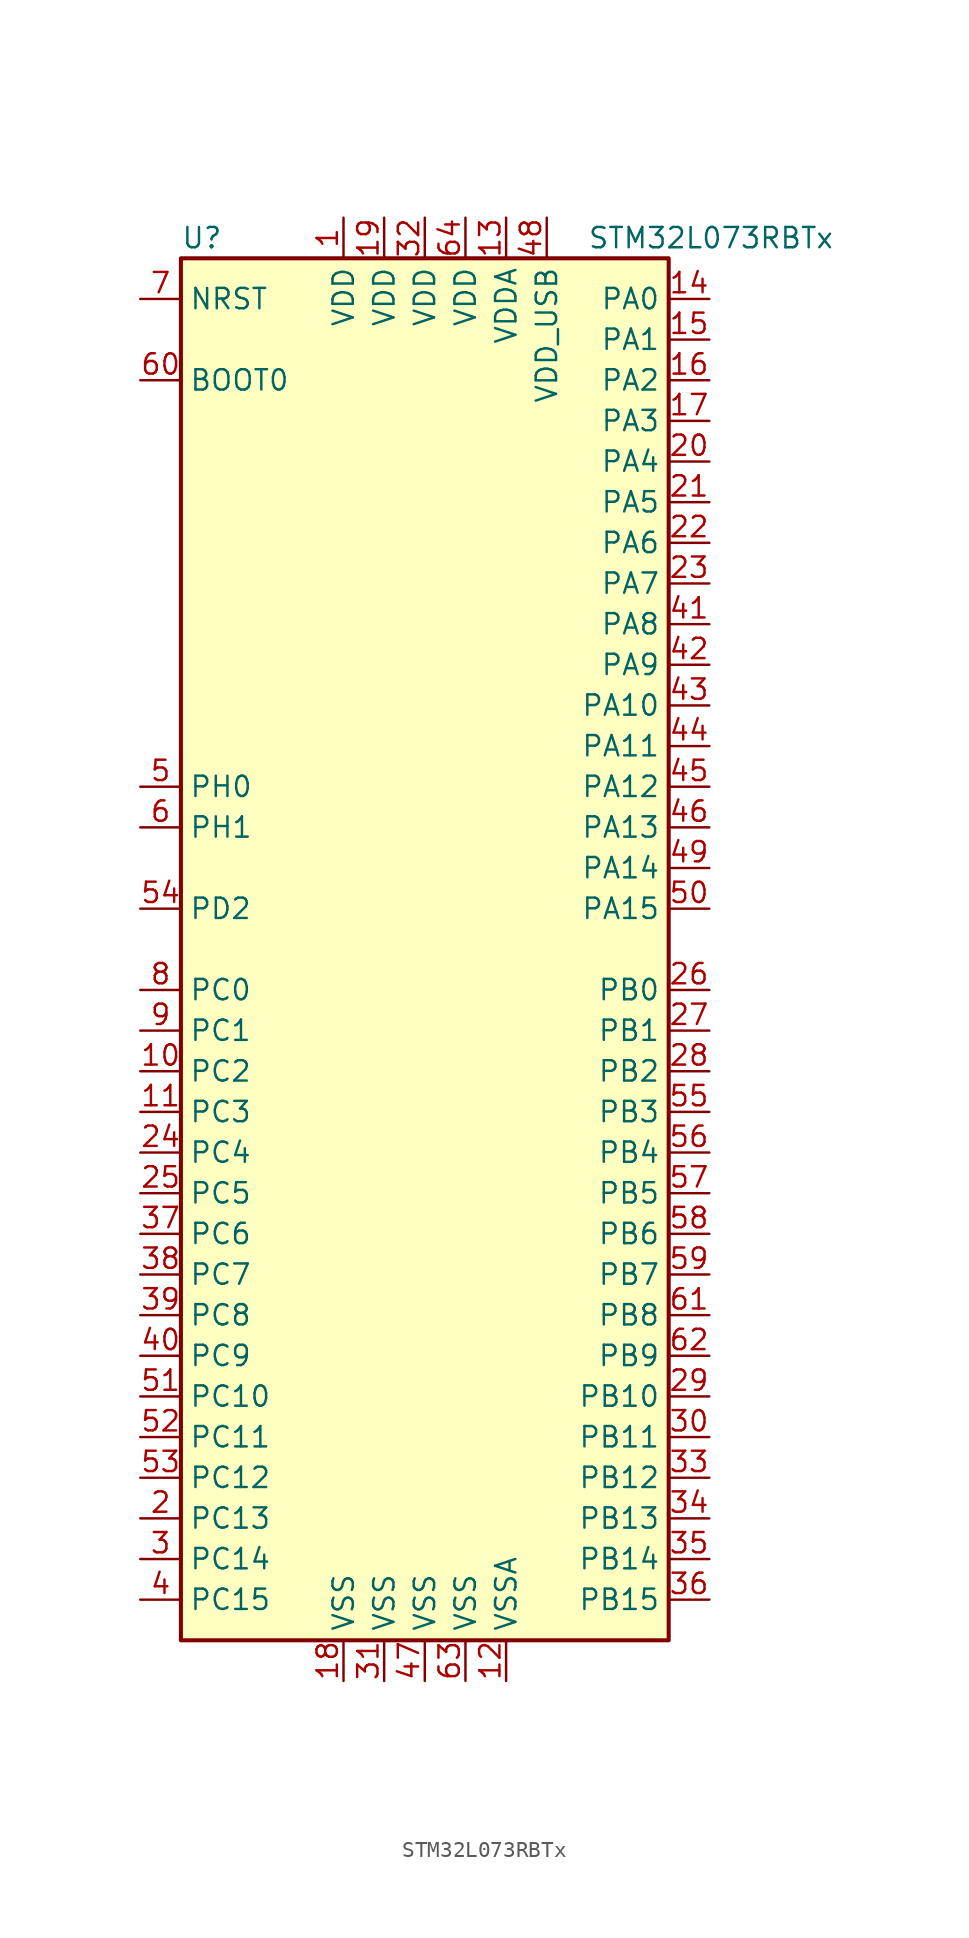
<source format=kicad_sym>
(kicad_symbol_lib
  (version 20201005)
  (generator kicad_symbol_editor)
  (symbol "MCU_ST_STM32L0:STM32L073RBTx"
    (property "Reference" "U"
      (at -15.24 44.45 0)
      (effects (font (size 1.27 1.27)) (justify left)))
    (property "Value" "STM32L073RBTx"
      (at 10.16 44.45 0)
      (effects (font (size 1.27 1.27)) (justify left)))
    (symbol "STM32L073RBTx_0_1"
      (rectangle (start -15.24 -43.18) (end 15.24 43.18) (stroke (width 0.254)) (fill (type background))))
    (symbol "STM32L073RBTx_1_1"
      (pin input line (at -17.78 35.56 0) (length 2.54) (name "BOOT0" (effects (font (size 1.27 1.27)))) (number "60" (effects (font (size 1.27 1.27)))))
      (pin input line (at -17.78 40.64 0) (length 2.54) (name "NRST" (effects (font (size 1.27 1.27)))) (number "7" (effects (font (size 1.27 1.27)))))
      (pin bidirectional line (at 17.78 40.64 180) (length 2.54) (name "PA0" (effects (font (size 1.27 1.27)))) (number "14" (effects (font (size 1.27 1.27)))))
      (pin bidirectional line (at 17.78 38.1 180) (length 2.54) (name "PA1" (effects (font (size 1.27 1.27)))) (number "15" (effects (font (size 1.27 1.27)))))
      (pin bidirectional line (at 17.78 15.24 180) (length 2.54) (name "PA10" (effects (font (size 1.27 1.27)))) (number "43" (effects (font (size 1.27 1.27)))))
      (pin bidirectional line (at 17.78 12.7 180) (length 2.54) (name "PA11" (effects (font (size 1.27 1.27)))) (number "44" (effects (font (size 1.27 1.27)))))
      (pin bidirectional line (at 17.78 10.16 180) (length 2.54) (name "PA12" (effects (font (size 1.27 1.27)))) (number "45" (effects (font (size 1.27 1.27)))))
      (pin bidirectional line (at 17.78 7.62 180) (length 2.54) (name "PA13" (effects (font (size 1.27 1.27)))) (number "46" (effects (font (size 1.27 1.27)))))
      (pin bidirectional line (at 17.78 5.08 180) (length 2.54) (name "PA14" (effects (font (size 1.27 1.27)))) (number "49" (effects (font (size 1.27 1.27)))))
      (pin bidirectional line (at 17.78 2.54 180) (length 2.54) (name "PA15" (effects (font (size 1.27 1.27)))) (number "50" (effects (font (size 1.27 1.27)))))
      (pin bidirectional line (at 17.78 35.56 180) (length 2.54) (name "PA2" (effects (font (size 1.27 1.27)))) (number "16" (effects (font (size 1.27 1.27)))))
      (pin bidirectional line (at 17.78 33.02 180) (length 2.54) (name "PA3" (effects (font (size 1.27 1.27)))) (number "17" (effects (font (size 1.27 1.27)))))
      (pin bidirectional line (at 17.78 30.48 180) (length 2.54) (name "PA4" (effects (font (size 1.27 1.27)))) (number "20" (effects (font (size 1.27 1.27)))))
      (pin bidirectional line (at 17.78 27.94 180) (length 2.54) (name "PA5" (effects (font (size 1.27 1.27)))) (number "21" (effects (font (size 1.27 1.27)))))
      (pin bidirectional line (at 17.78 25.4 180) (length 2.54) (name "PA6" (effects (font (size 1.27 1.27)))) (number "22" (effects (font (size 1.27 1.27)))))
      (pin bidirectional line (at 17.78 22.86 180) (length 2.54) (name "PA7" (effects (font (size 1.27 1.27)))) (number "23" (effects (font (size 1.27 1.27)))))
      (pin bidirectional line (at 17.78 20.32 180) (length 2.54) (name "PA8" (effects (font (size 1.27 1.27)))) (number "41" (effects (font (size 1.27 1.27)))))
      (pin bidirectional line (at 17.78 17.78 180) (length 2.54) (name "PA9" (effects (font (size 1.27 1.27)))) (number "42" (effects (font (size 1.27 1.27)))))
      (pin bidirectional line (at 17.78 -2.54 180) (length 2.54) (name "PB0" (effects (font (size 1.27 1.27)))) (number "26" (effects (font (size 1.27 1.27)))))
      (pin bidirectional line (at 17.78 -5.08 180) (length 2.54) (name "PB1" (effects (font (size 1.27 1.27)))) (number "27" (effects (font (size 1.27 1.27)))))
      (pin bidirectional line (at 17.78 -27.94 180) (length 2.54) (name "PB10" (effects (font (size 1.27 1.27)))) (number "29" (effects (font (size 1.27 1.27)))))
      (pin bidirectional line (at 17.78 -30.48 180) (length 2.54) (name "PB11" (effects (font (size 1.27 1.27)))) (number "30" (effects (font (size 1.27 1.27)))))
      (pin bidirectional line (at 17.78 -33.02 180) (length 2.54) (name "PB12" (effects (font (size 1.27 1.27)))) (number "33" (effects (font (size 1.27 1.27)))))
      (pin bidirectional line (at 17.78 -35.56 180) (length 2.54) (name "PB13" (effects (font (size 1.27 1.27)))) (number "34" (effects (font (size 1.27 1.27)))))
      (pin bidirectional line (at 17.78 -38.1 180) (length 2.54) (name "PB14" (effects (font (size 1.27 1.27)))) (number "35" (effects (font (size 1.27 1.27)))))
      (pin bidirectional line (at 17.78 -40.64 180) (length 2.54) (name "PB15" (effects (font (size 1.27 1.27)))) (number "36" (effects (font (size 1.27 1.27)))))
      (pin bidirectional line (at 17.78 -7.62 180) (length 2.54) (name "PB2" (effects (font (size 1.27 1.27)))) (number "28" (effects (font (size 1.27 1.27)))))
      (pin bidirectional line (at 17.78 -10.16 180) (length 2.54) (name "PB3" (effects (font (size 1.27 1.27)))) (number "55" (effects (font (size 1.27 1.27)))))
      (pin bidirectional line (at 17.78 -12.7 180) (length 2.54) (name "PB4" (effects (font (size 1.27 1.27)))) (number "56" (effects (font (size 1.27 1.27)))))
      (pin bidirectional line (at 17.78 -15.24 180) (length 2.54) (name "PB5" (effects (font (size 1.27 1.27)))) (number "57" (effects (font (size 1.27 1.27)))))
      (pin bidirectional line (at 17.78 -17.78 180) (length 2.54) (name "PB6" (effects (font (size 1.27 1.27)))) (number "58" (effects (font (size 1.27 1.27)))))
      (pin bidirectional line (at 17.78 -20.32 180) (length 2.54) (name "PB7" (effects (font (size 1.27 1.27)))) (number "59" (effects (font (size 1.27 1.27)))))
      (pin bidirectional line (at 17.78 -22.86 180) (length 2.54) (name "PB8" (effects (font (size 1.27 1.27)))) (number "61" (effects (font (size 1.27 1.27)))))
      (pin bidirectional line (at 17.78 -25.4 180) (length 2.54) (name "PB9" (effects (font (size 1.27 1.27)))) (number "62" (effects (font (size 1.27 1.27)))))
      (pin bidirectional line (at -17.78 -2.54 0) (length 2.54) (name "PC0" (effects (font (size 1.27 1.27)))) (number "8" (effects (font (size 1.27 1.27)))))
      (pin bidirectional line (at -17.78 -5.08 0) (length 2.54) (name "PC1" (effects (font (size 1.27 1.27)))) (number "9" (effects (font (size 1.27 1.27)))))
      (pin bidirectional line (at -17.78 -27.94 0) (length 2.54) (name "PC10" (effects (font (size 1.27 1.27)))) (number "51" (effects (font (size 1.27 1.27)))))
      (pin bidirectional line (at -17.78 -30.48 0) (length 2.54) (name "PC11" (effects (font (size 1.27 1.27)))) (number "52" (effects (font (size 1.27 1.27)))))
      (pin bidirectional line (at -17.78 -33.02 0) (length 2.54) (name "PC12" (effects (font (size 1.27 1.27)))) (number "53" (effects (font (size 1.27 1.27)))))
      (pin bidirectional line (at -17.78 -35.56 0) (length 2.54) (name "PC13" (effects (font (size 1.27 1.27)))) (number "2" (effects (font (size 1.27 1.27)))))
      (pin bidirectional line (at -17.78 -38.1 0) (length 2.54) (name "PC14" (effects (font (size 1.27 1.27)))) (number "3" (effects (font (size 1.27 1.27)))))
      (pin bidirectional line (at -17.78 -40.64 0) (length 2.54) (name "PC15" (effects (font (size 1.27 1.27)))) (number "4" (effects (font (size 1.27 1.27)))))
      (pin bidirectional line (at -17.78 -7.62 0) (length 2.54) (name "PC2" (effects (font (size 1.27 1.27)))) (number "10" (effects (font (size 1.27 1.27)))))
      (pin bidirectional line (at -17.78 -10.16 0) (length 2.54) (name "PC3" (effects (font (size 1.27 1.27)))) (number "11" (effects (font (size 1.27 1.27)))))
      (pin bidirectional line (at -17.78 -12.7 0) (length 2.54) (name "PC4" (effects (font (size 1.27 1.27)))) (number "24" (effects (font (size 1.27 1.27)))))
      (pin bidirectional line (at -17.78 -15.24 0) (length 2.54) (name "PC5" (effects (font (size 1.27 1.27)))) (number "25" (effects (font (size 1.27 1.27)))))
      (pin bidirectional line (at -17.78 -17.78 0) (length 2.54) (name "PC6" (effects (font (size 1.27 1.27)))) (number "37" (effects (font (size 1.27 1.27)))))
      (pin bidirectional line (at -17.78 -20.32 0) (length 2.54) (name "PC7" (effects (font (size 1.27 1.27)))) (number "38" (effects (font (size 1.27 1.27)))))
      (pin bidirectional line (at -17.78 -22.86 0) (length 2.54) (name "PC8" (effects (font (size 1.27 1.27)))) (number "39" (effects (font (size 1.27 1.27)))))
      (pin bidirectional line (at -17.78 -25.4 0) (length 2.54) (name "PC9" (effects (font (size 1.27 1.27)))) (number "40" (effects (font (size 1.27 1.27)))))
      (pin bidirectional line (at -17.78 2.54 0) (length 2.54) (name "PD2" (effects (font (size 1.27 1.27)))) (number "54" (effects (font (size 1.27 1.27)))))
      (pin input line (at -17.78 10.16 0) (length 2.54) (name "PH0" (effects (font (size 1.27 1.27)))) (number "5" (effects (font (size 1.27 1.27)))))
      (pin input line (at -17.78 7.62 0) (length 2.54) (name "PH1" (effects (font (size 1.27 1.27)))) (number "6" (effects (font (size 1.27 1.27)))))
      (pin power_in line (at -5.08 45.72 270) (length 2.54) (name "VDD" (effects (font (size 1.27 1.27)))) (number "1" (effects (font (size 1.27 1.27)))))
      (pin power_in line (at -2.54 45.72 270) (length 2.54) (name "VDD" (effects (font (size 1.27 1.27)))) (number "19" (effects (font (size 1.27 1.27)))))
      (pin power_in line (at 0 45.72 270) (length 2.54) (name "VDD" (effects (font (size 1.27 1.27)))) (number "32" (effects (font (size 1.27 1.27)))))
      (pin power_in line (at 2.54 45.72 270) (length 2.54) (name "VDD" (effects (font (size 1.27 1.27)))) (number "64" (effects (font (size 1.27 1.27)))))
      (pin power_in line (at 5.08 45.72 270) (length 2.54) (name "VDDA" (effects (font (size 1.27 1.27)))) (number "13" (effects (font (size 1.27 1.27)))))
      (pin power_in line (at 7.62 45.72 270) (length 2.54) (name "VDD_USB" (effects (font (size 1.27 1.27)))) (number "48" (effects (font (size 1.27 1.27)))))
      (pin power_in line (at -5.08 -45.72 90) (length 2.54) (name "VSS" (effects (font (size 1.27 1.27)))) (number "18" (effects (font (size 1.27 1.27)))))
      (pin power_in line (at -2.54 -45.72 90) (length 2.54) (name "VSS" (effects (font (size 1.27 1.27)))) (number "31" (effects (font (size 1.27 1.27)))))
      (pin power_in line (at 0 -45.72 90) (length 2.54) (name "VSS" (effects (font (size 1.27 1.27)))) (number "47" (effects (font (size 1.27 1.27)))))
      (pin power_in line (at 2.54 -45.72 90) (length 2.54) (name "VSS" (effects (font (size 1.27 1.27)))) (number "63" (effects (font (size 1.27 1.27)))))
      (pin power_in line (at 5.08 -45.72 90) (length 2.54) (name "VSSA" (effects (font (size 1.27 1.27)))) (number "12" (effects (font (size 1.27 1.27))))))))
</source>
